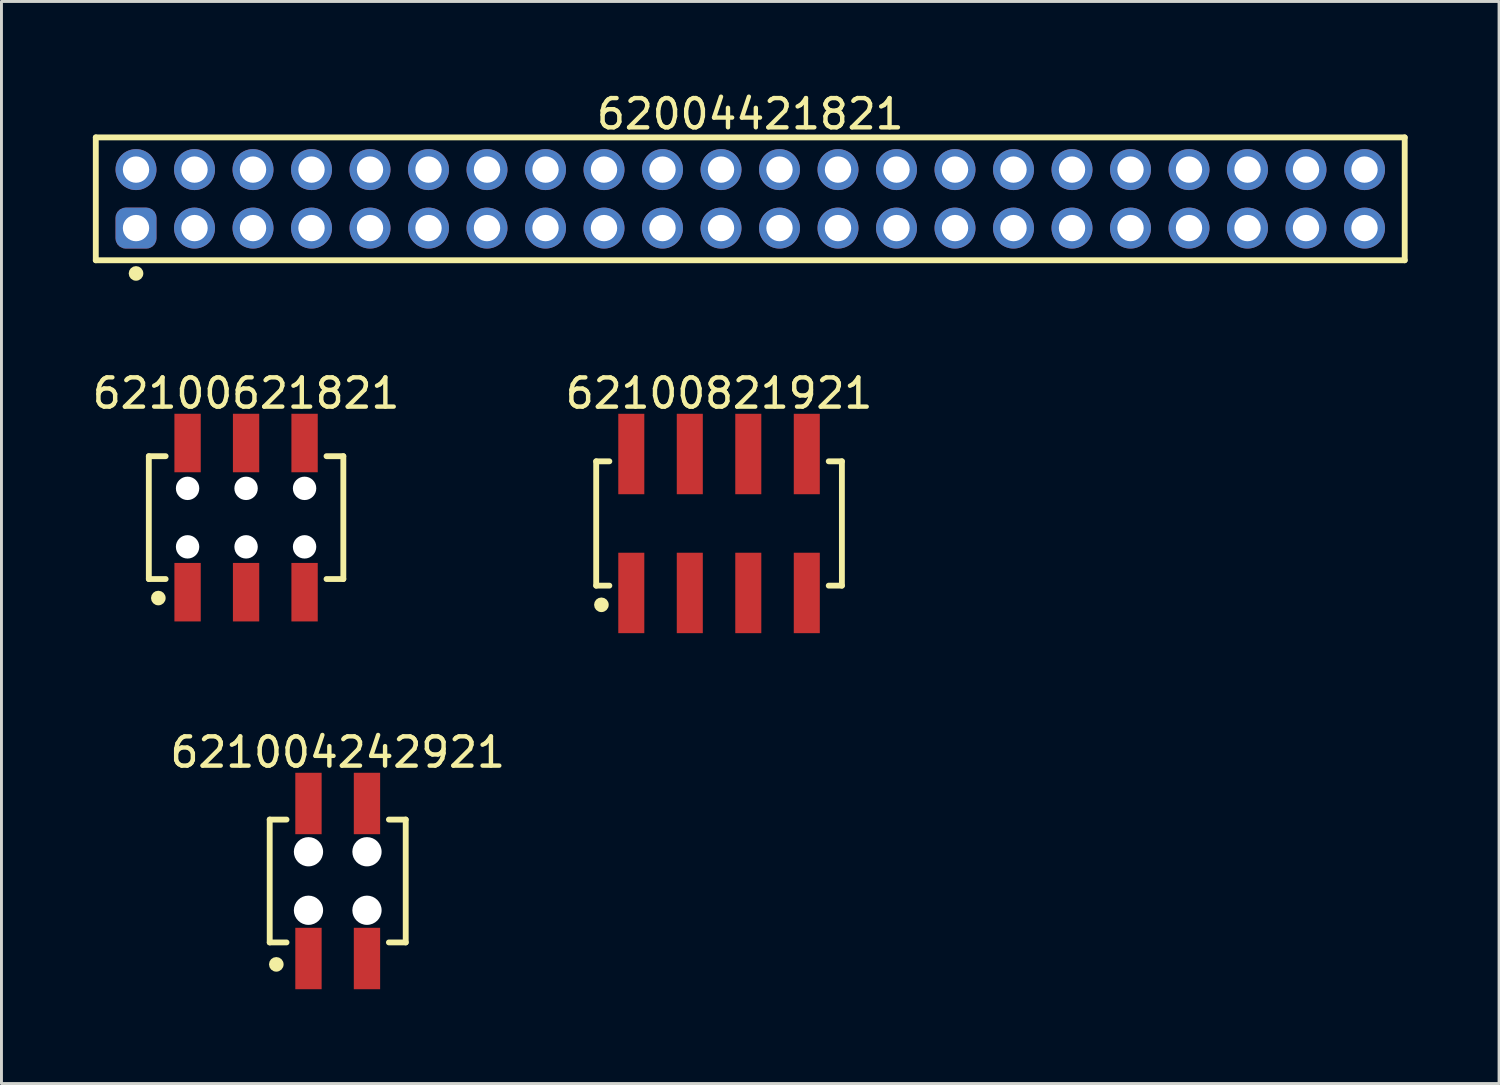
<source format=kicad_pcb>
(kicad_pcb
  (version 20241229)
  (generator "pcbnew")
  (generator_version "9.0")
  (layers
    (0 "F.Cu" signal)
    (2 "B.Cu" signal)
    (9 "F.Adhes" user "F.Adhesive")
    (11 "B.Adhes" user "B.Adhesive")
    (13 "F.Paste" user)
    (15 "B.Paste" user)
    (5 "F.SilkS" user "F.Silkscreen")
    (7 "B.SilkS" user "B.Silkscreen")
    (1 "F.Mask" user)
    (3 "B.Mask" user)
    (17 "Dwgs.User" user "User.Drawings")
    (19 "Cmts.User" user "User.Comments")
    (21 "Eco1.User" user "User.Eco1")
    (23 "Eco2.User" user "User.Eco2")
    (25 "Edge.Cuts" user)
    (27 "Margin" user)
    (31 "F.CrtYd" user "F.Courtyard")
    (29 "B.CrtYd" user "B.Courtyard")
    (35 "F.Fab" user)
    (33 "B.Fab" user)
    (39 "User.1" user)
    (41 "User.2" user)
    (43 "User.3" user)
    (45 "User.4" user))
  (footprint "62100621821"
    (layer "F.Cu")
    (at 5.363 14.646)
    (property "Reference" "62100621821" (at 0 -4.25 0) (layer "F.SilkS") (effects (font (size 1 1) (thickness 0.15))))
    (fp_line (start -3.325 -2.1) (end -2.75 -2.1) (stroke (width 0.2) (type solid)) (layer "F.SilkS"))
    (fp_line (start -3.325 2.1) (end -3.325 -2.1) (stroke (width 0.2) (type solid)) (layer "F.SilkS"))
    (fp_line (start -3.325 2.1) (end -2.75 2.1) (stroke (width 0.2) (type solid)) (layer "F.SilkS"))
    (fp_line (start 2.75 -2.1) (end 3.325 -2.1) (stroke (width 0.2) (type solid)) (layer "F.SilkS"))
    (fp_line (start 2.75 2.1) (end 3.325 2.1) (stroke (width 0.2) (type solid)) (layer "F.SilkS"))
    (fp_line (start 3.325 2.1) (end 3.325 -2.1) (stroke (width 0.2) (type solid)) (layer "F.SilkS"))
    (fp_circle (center -3 2.75) (end -3 2.625) (stroke (width 0.25) (type solid)) (fill no) (layer "F.SilkS"))
    (fp_line (start -3.525 -3.75) (end 3.525 -3.75) (stroke (width 0.05) (type solid)) (layer "Eco2.User"))
    (fp_line (start -3.525 3.75) (end -3.525 -3.75) (stroke (width 0.05) (type solid)) (layer "Eco2.User"))
    (fp_line (start -3.525 3.75) (end 3.525 3.75) (stroke (width 0.05) (type solid)) (layer "Eco2.User"))
    (fp_line (start -3.15 -2) (end 3.15 -2) (stroke (width 0.1) (type solid)) (layer "Eco2.User"))
    (fp_line (start -3.15 2) (end -3.15 -2) (stroke (width 0.1) (type solid)) (layer "Eco2.User"))
    (fp_line (start -3.15 2) (end 3.15 2) (stroke (width 0.1) (type solid)) (layer "Eco2.User"))
    (fp_line (start -2.25 -3) (end -1.75 -3) (stroke (width 0.1) (type solid)) (layer "Eco2.User"))
    (fp_line (start -2.25 -2) (end -2.25 -3) (stroke (width 0.1) (type solid)) (layer "Eco2.User"))
    (fp_line (start -2.25 3) (end -2.25 2) (stroke (width 0.1) (type solid)) (layer "Eco2.User"))
    (fp_line (start -2.25 3) (end -1.75 3) (stroke (width 0.1) (type solid)) (layer "Eco2.User"))
    (fp_line (start -1.75 -2) (end -1.75 -3) (stroke (width 0.1) (type solid)) (layer "Eco2.User"))
    (fp_line (start -1.75 3) (end -1.75 2) (stroke (width 0.1) (type solid)) (layer "Eco2.User"))
    (fp_line (start -0.5 0) (end 0.5 0) (stroke (width 0.05) (type solid)) (layer "Eco2.User"))
    (fp_line (start -0.25 -3) (end 0.25 -3) (stroke (width 0.1) (type solid)) (layer "Eco2.User"))
    (fp_line (start -0.25 -2) (end -0.25 -3) (stroke (width 0.1) (type solid)) (layer "Eco2.User"))
    (fp_line (start -0.25 3) (end -0.25 2) (stroke (width 0.1) (type solid)) (layer "Eco2.User"))
    (fp_line (start -0.25 3) (end 0.25 3) (stroke (width 0.1) (type solid)) (layer "Eco2.User"))
    (fp_line (start 0 0.5) (end 0 -0.5) (stroke (width 0.05) (type solid)) (layer "Eco2.User"))
    (fp_line (start 0.25 -2) (end 0.25 -3) (stroke (width 0.1) (type solid)) (layer "Eco2.User"))
    (fp_line (start 0.25 3) (end 0.25 2) (stroke (width 0.1) (type solid)) (layer "Eco2.User"))
    (fp_line (start 1.75 -3) (end 2.25 -3) (stroke (width 0.1) (type solid)) (layer "Eco2.User"))
    (fp_line (start 1.75 -2) (end 1.75 -3) (stroke (width 0.1) (type solid)) (layer "Eco2.User"))
    (fp_line (start 1.75 3) (end 1.75 2) (stroke (width 0.1) (type solid)) (layer "Eco2.User"))
    (fp_line (start 1.75 3) (end 2.25 3) (stroke (width 0.1) (type solid)) (layer "Eco2.User"))
    (fp_line (start 2.25 -2) (end 2.25 -3) (stroke (width 0.1) (type solid)) (layer "Eco2.User"))
    (fp_line (start 2.25 3) (end 2.25 2) (stroke (width 0.1) (type solid)) (layer "Eco2.User"))
    (fp_line (start 3.15 2) (end 3.15 -2) (stroke (width 0.1) (type solid)) (layer "Eco2.User"))
    (fp_line (start 3.525 3.75) (end 3.525 -3.75) (stroke (width 0.05) (type solid)) (layer "Eco2.User"))
    (fp_text user "${REFERENCE}" (at 0.1 -0.131 0) (unlocked yes) (layer "User.3") (effects (font (size 1 1) (thickness 0.1))))
    (pad "" np_thru_hole circle (at -2 -1) (size 0.8 0.8) (drill 0.8) (layers "*.Cu" "*.Mask"))
    (pad "" np_thru_hole circle (at -2 1) (size 0.8 0.8) (drill 0.8) (layers "*.Cu" "*.Mask"))
    (pad "" np_thru_hole circle (at 0 -1) (size 0.8 0.8) (drill 0.8) (layers "*.Cu" "*.Mask"))
    (pad "" np_thru_hole circle (at 0 1) (size 0.8 0.8) (drill 0.8) (layers "*.Cu" "*.Mask"))
    (pad "" np_thru_hole circle (at 2 -1) (size 0.8 0.8) (drill 0.8) (layers "*.Cu" "*.Mask"))
    (pad "" np_thru_hole circle (at 2 1) (size 0.8 0.8) (drill 0.8) (layers "*.Cu" "*.Mask"))
    (pad "1" smd rect (at -2 2.55) (size 0.9 2) (layers "F.Cu" "F.Mask" "F.Paste"))
    (pad "2" smd rect (at -2 -2.55) (size 0.9 2) (layers "F.Cu" "F.Mask" "F.Paste"))
    (pad "3" smd rect (at 0 2.55) (size 0.9 2) (layers "F.Cu" "F.Mask" "F.Paste"))
    (pad "4" smd rect (at 0 -2.55) (size 0.9 2) (layers "F.Cu" "F.Mask" "F.Paste"))
    (pad "5" smd rect (at 2 2.55) (size 0.9 2) (layers "F.Cu" "F.Mask" "F.Paste"))
    (pad "6" smd rect (at 2 -2.55) (size 0.9 2) (layers "F.Cu" "F.Mask" "F.Paste")))
  (footprint "62100821921"
    (layer "F.Cu")
    (at 21.533 14.847)
    (property "Reference" "62100821921" (at 0 -4.45 0) (layer "F.SilkS") (effects (font (size 1 1) (thickness 0.15))))
    (fp_line (start -4.2 -2.125) (end -3.75 -2.125) (stroke (width 0.2) (type solid)) (layer "F.SilkS"))
    (fp_line (start -4.2 2.125) (end -4.2 -2.125) (stroke (width 0.2) (type solid)) (layer "F.SilkS"))
    (fp_line (start -4.2 2.125) (end -3.75 2.125) (stroke (width 0.2) (type solid)) (layer "F.SilkS"))
    (fp_line (start 3.75 -2.125) (end 4.2 -2.125) (stroke (width 0.2) (type solid)) (layer "F.SilkS"))
    (fp_line (start 3.75 2.125) (end 4.2 2.125) (stroke (width 0.2) (type solid)) (layer "F.SilkS"))
    (fp_line (start 4.2 2.125) (end 4.2 -2.125) (stroke (width 0.2) (type solid)) (layer "F.SilkS"))
    (fp_circle (center -4.022 2.78) (end -4.022 2.655) (stroke (width 0.25) (type solid)) (fill no) (layer "F.SilkS"))
    (fp_line (start -4.4 -3.95) (end 4.4 -3.95) (stroke (width 0.05) (type solid)) (layer "Eco2.User"))
    (fp_line (start -4.4 3.95) (end -4.4 -3.95) (stroke (width 0.05) (type solid)) (layer "Eco2.User"))
    (fp_line (start -4.4 3.95) (end 4.4 3.95) (stroke (width 0.05) (type solid)) (layer "Eco2.User"))
    (fp_line (start -4 -2) (end 4 -2) (stroke (width 0.1) (type solid)) (layer "Eco2.User"))
    (fp_line (start -4 2) (end -4 -2) (stroke (width 0.1) (type solid)) (layer "Eco2.User"))
    (fp_line (start -4 2) (end 4 2) (stroke (width 0.1) (type solid)) (layer "Eco2.User"))
    (fp_line (start -3.25 -3.1) (end -2.75 -3.1) (stroke (width 0.1) (type solid)) (layer "Eco2.User"))
    (fp_line (start -3.25 -2) (end -3.25 -3.1) (stroke (width 0.1) (type solid)) (layer "Eco2.User"))
    (fp_line (start -3.25 3.1) (end -3.25 2) (stroke (width 0.1) (type solid)) (layer "Eco2.User"))
    (fp_line (start -3.25 3.1) (end -2.75 3.1) (stroke (width 0.1) (type solid)) (layer "Eco2.User"))
    (fp_line (start -2.75 -2) (end -2.75 -3.1) (stroke (width 0.1) (type solid)) (layer "Eco2.User"))
    (fp_line (start -2.75 3.1) (end -2.75 2) (stroke (width 0.1) (type solid)) (layer "Eco2.User"))
    (fp_line (start -1.25 -3.1) (end -0.75 -3.1) (stroke (width 0.1) (type solid)) (layer "Eco2.User"))
    (fp_line (start -1.25 -2) (end -1.25 -3.1) (stroke (width 0.1) (type solid)) (layer "Eco2.User"))
    (fp_line (start -1.25 3.1) (end -1.25 2) (stroke (width 0.1) (type solid)) (layer "Eco2.User"))
    (fp_line (start -1.25 3.1) (end -0.75 3.1) (stroke (width 0.1) (type solid)) (layer "Eco2.User"))
    (fp_line (start -0.75 -2) (end -0.75 -3.1) (stroke (width 0.1) (type solid)) (layer "Eco2.User"))
    (fp_line (start -0.75 3.1) (end -0.75 2) (stroke (width 0.1) (type solid)) (layer "Eco2.User"))
    (fp_line (start -0.5 0) (end 0.5 0) (stroke (width 0.05) (type solid)) (layer "Eco2.User"))
    (fp_line (start 0 0.5) (end 0 -0.5) (stroke (width 0.05) (type solid)) (layer "Eco2.User"))
    (fp_line (start 0.75 -3.1) (end 1.25 -3.1) (stroke (width 0.1) (type solid)) (layer "Eco2.User"))
    (fp_line (start 0.75 -2) (end 0.75 -3.1) (stroke (width 0.1) (type solid)) (layer "Eco2.User"))
    (fp_line (start 0.75 3.1) (end 0.75 2) (stroke (width 0.1) (type solid)) (layer "Eco2.User"))
    (fp_line (start 0.75 3.1) (end 1.25 3.1) (stroke (width 0.1) (type solid)) (layer "Eco2.User"))
    (fp_line (start 1.25 -2) (end 1.25 -3.1) (stroke (width 0.1) (type solid)) (layer "Eco2.User"))
    (fp_line (start 1.25 3.1) (end 1.25 2) (stroke (width 0.1) (type solid)) (layer "Eco2.User"))
    (fp_line (start 2.75 -3.1) (end 3.25 -3.1) (stroke (width 0.1) (type solid)) (layer "Eco2.User"))
    (fp_line (start 2.75 -2) (end 2.75 -3.1) (stroke (width 0.1) (type solid)) (layer "Eco2.User"))
    (fp_line (start 2.75 3.1) (end 2.75 2) (stroke (width 0.1) (type solid)) (layer "Eco2.User"))
    (fp_line (start 2.75 3.1) (end 3.25 3.1) (stroke (width 0.1) (type solid)) (layer "Eco2.User"))
    (fp_line (start 3.25 -2) (end 3.25 -3.1) (stroke (width 0.1) (type solid)) (layer "Eco2.User"))
    (fp_line (start 3.25 3.1) (end 3.25 2) (stroke (width 0.1) (type solid)) (layer "Eco2.User"))
    (fp_line (start 4 2) (end 4 -2) (stroke (width 0.1) (type solid)) (layer "Eco2.User"))
    (fp_line (start 4.4 3.95) (end 4.4 -3.95) (stroke (width 0.05) (type solid)) (layer "Eco2.User"))
    (fp_text user "${REFERENCE}" (at 0.15 -0.197 0) (unlocked yes) (layer "User.3") (effects (font (size 1.5 1.5) (thickness 0.15))))
    (pad "1" smd rect (at -3 2.375) (size 0.89 2.75) (layers "F.Cu" "F.Mask" "F.Paste"))
    (pad "2" smd rect (at -3 -2.375) (size 0.89 2.75) (layers "F.Cu" "F.Mask" "F.Paste"))
    (pad "3" smd rect (at -1 2.375) (size 0.89 2.75) (layers "F.Cu" "F.Mask" "F.Paste"))
    (pad "4" smd rect (at -1 -2.375) (size 0.89 2.75) (layers "F.Cu" "F.Mask" "F.Paste"))
    (pad "5" smd rect (at 1 2.375) (size 0.89 2.75) (layers "F.Cu" "F.Mask" "F.Paste"))
    (pad "6" smd rect (at 1 -2.375) (size 0.89 2.75) (layers "F.Cu" "F.Mask" "F.Paste"))
    (pad "7" smd rect (at 3 2.375) (size 0.89 2.75) (layers "F.Cu" "F.Mask" "F.Paste"))
    (pad "8" smd rect (at 3 -2.375) (size 0.89 2.75) (layers "F.Cu" "F.Mask" "F.Paste")))
  (footprint "62004421821"
    (layer "F.Cu")
    (at 22.6 3.748)
    (property "Reference" "62004421821" (at -0.000005 -2.9 0) (layer "F.SilkS") (effects (font (size 1 1) (thickness 0.15))))
    (fp_line (start -22.375 -2.1) (end 22.375 -2.1) (stroke (width 0.2) (type solid)) (layer "F.SilkS"))
    (fp_line (start -22.375 2.1) (end -22.375 -2.1) (stroke (width 0.2) (type solid)) (layer "F.SilkS"))
    (fp_line (start -22.375 2.1) (end 22.375 2.1) (stroke (width 0.2) (type solid)) (layer "F.SilkS"))
    (fp_line (start 22.375 2.1) (end 22.375 -2.1) (stroke (width 0.2) (type solid)) (layer "F.SilkS"))
    (fp_circle (center -21 2.55) (end -21 2.425) (stroke (width 0.25) (type solid)) (fill no) (layer "F.SilkS"))
    (fp_line (start -22.575 -2.3) (end 22.575 -2.3) (stroke (width 0.05) (type solid)) (layer "Eco2.User"))
    (fp_line (start -22.575 2.3) (end -22.575 -2.3) (stroke (width 0.05) (type solid)) (layer "Eco2.User"))
    (fp_line (start -22.575 2.3) (end 22.575 2.3) (stroke (width 0.05) (type solid)) (layer "Eco2.User"))
    (fp_line (start -22.2 -2) (end 22.2 -2) (stroke (width 0.1) (type solid)) (layer "Eco2.User"))
    (fp_line (start -22.2 2) (end -22.2 -2) (stroke (width 0.1) (type solid)) (layer "Eco2.User"))
    (fp_line (start -22.2 2) (end 22.2 2) (stroke (width 0.1) (type solid)) (layer "Eco2.User"))
    (fp_line (start -0.5 0) (end 0.5 0) (stroke (width 0.05) (type solid)) (layer "Eco2.User"))
    (fp_line (start 0 0.5) (end 0 -0.5) (stroke (width 0.05) (type solid)) (layer "Eco2.User"))
    (fp_line (start 22.2 2) (end 22.2 -2) (stroke (width 0.1) (type solid)) (layer "Eco2.User"))
    (fp_line (start 22.575 2.3) (end 22.575 -2.3) (stroke (width 0.05) (type solid)) (layer "Eco2.User"))
    (fp_text user "${REFERENCE}" (at 0.1 -0.131 0) (unlocked yes) (layer "User.3") (effects (font (size 1 1) (thickness 0.1))))
    (pad "1" thru_hole roundrect (at -21 1) (size 1.4 1.4) (drill 0.9) (layers "*.Cu" "*.Mask") (roundrect_rratio 0.25))
    (pad "2" thru_hole circle (at -21 -1) (size 1.4 1.4) (drill 0.9) (layers "*.Cu" "*.Mask"))
    (pad "3" thru_hole circle (at -19 1) (size 1.4 1.4) (drill 0.9) (layers "*.Cu" "*.Mask"))
    (pad "4" thru_hole circle (at -19 -1) (size 1.4 1.4) (drill 0.9) (layers "*.Cu" "*.Mask"))
    (pad "5" thru_hole circle (at -17 1) (size 1.4 1.4) (drill 0.9) (layers "*.Cu" "*.Mask"))
    (pad "6" thru_hole circle (at -17 -1) (size 1.4 1.4) (drill 0.9) (layers "*.Cu" "*.Mask"))
    (pad "7" thru_hole circle (at -15 1) (size 1.4 1.4) (drill 0.9) (layers "*.Cu" "*.Mask"))
    (pad "8" thru_hole circle (at -15 -1) (size 1.4 1.4) (drill 0.9) (layers "*.Cu" "*.Mask"))
    (pad "9" thru_hole circle (at -13 1) (size 1.4 1.4) (drill 0.9) (layers "*.Cu" "*.Mask"))
    (pad "10" thru_hole circle (at -13 -1) (size 1.4 1.4) (drill 0.9) (layers "*.Cu" "*.Mask"))
    (pad "11" thru_hole circle (at -11 1) (size 1.4 1.4) (drill 0.9) (layers "*.Cu" "*.Mask"))
    (pad "12" thru_hole circle (at -11 -1) (size 1.4 1.4) (drill 0.9) (layers "*.Cu" "*.Mask"))
    (pad "13" thru_hole circle (at -9 1) (size 1.4 1.4) (drill 0.9) (layers "*.Cu" "*.Mask"))
    (pad "14" thru_hole circle (at -9 -1) (size 1.4 1.4) (drill 0.9) (layers "*.Cu" "*.Mask"))
    (pad "15" thru_hole circle (at -7 1) (size 1.4 1.4) (drill 0.9) (layers "*.Cu" "*.Mask"))
    (pad "16" thru_hole circle (at -7 -1) (size 1.4 1.4) (drill 0.9) (layers "*.Cu" "*.Mask"))
    (pad "17" thru_hole circle (at -5 1) (size 1.4 1.4) (drill 0.9) (layers "*.Cu" "*.Mask"))
    (pad "18" thru_hole circle (at -5 -1) (size 1.4 1.4) (drill 0.9) (layers "*.Cu" "*.Mask"))
    (pad "19" thru_hole circle (at -3 1) (size 1.4 1.4) (drill 0.9) (layers "*.Cu" "*.Mask"))
    (pad "20" thru_hole circle (at -3 -1) (size 1.4 1.4) (drill 0.9) (layers "*.Cu" "*.Mask"))
    (pad "21" thru_hole circle (at -1 1) (size 1.4 1.4) (drill 0.9) (layers "*.Cu" "*.Mask"))
    (pad "22" thru_hole circle (at -1 -1) (size 1.4 1.4) (drill 0.9) (layers "*.Cu" "*.Mask"))
    (pad "23" thru_hole circle (at 1 1) (size 1.4 1.4) (drill 0.9) (layers "*.Cu" "*.Mask"))
    (pad "24" thru_hole circle (at 1 -1) (size 1.4 1.4) (drill 0.9) (layers "*.Cu" "*.Mask"))
    (pad "25" thru_hole circle (at 3 1) (size 1.4 1.4) (drill 0.9) (layers "*.Cu" "*.Mask"))
    (pad "26" thru_hole circle (at 3 -1) (size 1.4 1.4) (drill 0.9) (layers "*.Cu" "*.Mask"))
    (pad "27" thru_hole circle (at 5 1) (size 1.4 1.4) (drill 0.9) (layers "*.Cu" "*.Mask"))
    (pad "28" thru_hole circle (at 5 -1) (size 1.4 1.4) (drill 0.9) (layers "*.Cu" "*.Mask"))
    (pad "29" thru_hole circle (at 7 1) (size 1.4 1.4) (drill 0.9) (layers "*.Cu" "*.Mask"))
    (pad "30" thru_hole circle (at 7 -1) (size 1.4 1.4) (drill 0.9) (layers "*.Cu" "*.Mask"))
    (pad "31" thru_hole circle (at 9 1) (size 1.4 1.4) (drill 0.9) (layers "*.Cu" "*.Mask"))
    (pad "32" thru_hole circle (at 9 -1) (size 1.4 1.4) (drill 0.9) (layers "*.Cu" "*.Mask"))
    (pad "33" thru_hole circle (at 11 1) (size 1.4 1.4) (drill 0.9) (layers "*.Cu" "*.Mask"))
    (pad "34" thru_hole circle (at 11 -1) (size 1.4 1.4) (drill 0.9) (layers "*.Cu" "*.Mask"))
    (pad "35" thru_hole circle (at 13 1) (size 1.4 1.4) (drill 0.9) (layers "*.Cu" "*.Mask"))
    (pad "36" thru_hole circle (at 13 -1) (size 1.4 1.4) (drill 0.9) (layers "*.Cu" "*.Mask"))
    (pad "37" thru_hole circle (at 15 1) (size 1.4 1.4) (drill 0.9) (layers "*.Cu" "*.Mask"))
    (pad "38" thru_hole circle (at 15 -1) (size 1.4 1.4) (drill 0.9) (layers "*.Cu" "*.Mask"))
    (pad "39" thru_hole circle (at 17 1) (size 1.4 1.4) (drill 0.9) (layers "*.Cu" "*.Mask"))
    (pad "40" thru_hole circle (at 17 -1) (size 1.4 1.4) (drill 0.9) (layers "*.Cu" "*.Mask"))
    (pad "41" thru_hole circle (at 19 1) (size 1.4 1.4) (drill 0.9) (layers "*.Cu" "*.Mask"))
    (pad "42" thru_hole circle (at 19 -1) (size 1.4 1.4) (drill 0.9) (layers "*.Cu" "*.Mask"))
    (pad "43" thru_hole circle (at 21 1) (size 1.4 1.4) (drill 0.9) (layers "*.Cu" "*.Mask"))
    (pad "44" thru_hole circle (at 21 -1) (size 1.4 1.4) (drill 0.9) (layers "*.Cu" "*.Mask")))
  (footprint "621004242921"
    (layer "F.Cu")
    (at 8.496 27.07)
    (property "Reference" "621004242921" (at 0 -4.4 0) (layer "F.SilkS") (effects (font (size 1 1) (thickness 0.15))))
    (fp_line (start -2.325 -2.1) (end -1.75 -2.1) (stroke (width 0.2) (type solid)) (layer "F.SilkS"))
    (fp_line (start -2.325 2.1) (end -2.325 -2.1) (stroke (width 0.2) (type solid)) (layer "F.SilkS"))
    (fp_line (start -2.325 2.1) (end -1.75 2.1) (stroke (width 0.2) (type solid)) (layer "F.SilkS"))
    (fp_line (start 1.75 -2.1) (end 2.325 -2.1) (stroke (width 0.2) (type solid)) (layer "F.SilkS"))
    (fp_line (start 1.75 2.1) (end 2.325 2.1) (stroke (width 0.2) (type solid)) (layer "F.SilkS"))
    (fp_line (start 2.325 2.1) (end 2.325 -2.1) (stroke (width 0.2) (type solid)) (layer "F.SilkS"))
    (fp_circle (center -2.1 2.85) (end -2.1 2.725) (stroke (width 0.25) (type solid)) (fill no) (layer "F.SilkS"))
    (fp_line (start -2.525 -3.9) (end 2.525 -3.9) (stroke (width 0.05) (type solid)) (layer "Eco2.User"))
    (fp_line (start -2.525 3.9) (end -2.525 -3.9) (stroke (width 0.05) (type solid)) (layer "Eco2.User"))
    (fp_line (start -2.525 3.9) (end 2.525 3.9) (stroke (width 0.05) (type solid)) (layer "Eco2.User"))
    (fp_line (start -2.2 -2) (end 2.2 -2) (stroke (width 0.1) (type solid)) (layer "Eco2.User"))
    (fp_line (start -2.2 2) (end -2.2 -2) (stroke (width 0.1) (type solid)) (layer "Eco2.User"))
    (fp_line (start -2.2 2) (end 2.2 2) (stroke (width 0.1) (type solid)) (layer "Eco2.User"))
    (fp_line (start -1.25 -3.1) (end -0.75 -3.1) (stroke (width 0.1) (type solid)) (layer "Eco2.User"))
    (fp_line (start -1.25 -2) (end -1.25 -3.1) (stroke (width 0.1) (type solid)) (layer "Eco2.User"))
    (fp_line (start -1.25 3.1) (end -1.25 2) (stroke (width 0.1) (type solid)) (layer "Eco2.User"))
    (fp_line (start -1.25 3.1) (end -0.75 3.1) (stroke (width 0.1) (type solid)) (layer "Eco2.User"))
    (fp_line (start -0.75 -2) (end -0.75 -3.1) (stroke (width 0.1) (type solid)) (layer "Eco2.User"))
    (fp_line (start -0.75 3.1) (end -0.75 2) (stroke (width 0.1) (type solid)) (layer "Eco2.User"))
    (fp_line (start -0.5 0) (end 0.5 0) (stroke (width 0.05) (type solid)) (layer "Eco2.User"))
    (fp_line (start 0 0.5) (end 0 -0.5) (stroke (width 0.05) (type solid)) (layer "Eco2.User"))
    (fp_line (start 0.75 -3.1) (end 1.25 -3.1) (stroke (width 0.1) (type solid)) (layer "Eco2.User"))
    (fp_line (start 0.75 -2) (end 0.75 -3.1) (stroke (width 0.1) (type solid)) (layer "Eco2.User"))
    (fp_line (start 0.75 3.1) (end 0.75 2) (stroke (width 0.1) (type solid)) (layer "Eco2.User"))
    (fp_line (start 0.75 3.1) (end 1.25 3.1) (stroke (width 0.1) (type solid)) (layer "Eco2.User"))
    (fp_line (start 1.25 -2) (end 1.25 -3.1) (stroke (width 0.1) (type solid)) (layer "Eco2.User"))
    (fp_line (start 1.25 3.1) (end 1.25 2) (stroke (width 0.1) (type solid)) (layer "Eco2.User"))
    (fp_line (start 2.2 2) (end 2.2 -2) (stroke (width 0.1) (type solid)) (layer "Eco2.User"))
    (fp_line (start 2.525 3.9) (end 2.525 -3.9) (stroke (width 0.05) (type solid)) (layer "Eco2.User"))
    (fp_text user "${REFERENCE}" (at 0.15 -0.197 0) (unlocked yes) (layer "User.3") (effects (font (size 1.5 1.5) (thickness 0.15))))
    (pad "" np_thru_hole circle (at -1 -1) (size 1 1) (drill 1) (layers "*.Cu" "*.Mask"))
    (pad "" np_thru_hole circle (at -1 1) (size 1 1) (drill 1) (layers "*.Cu" "*.Mask"))
    (pad "" np_thru_hole circle (at 1 -1) (size 1 1) (drill 1) (layers "*.Cu" "*.Mask"))
    (pad "" np_thru_hole circle (at 1 1) (size 1 1) (drill 1) (layers "*.Cu" "*.Mask"))
    (pad "1" smd rect (at -1 2.65) (size 0.9 2.1) (layers "F.Cu" "F.Mask" "F.Paste"))
    (pad "2" smd rect (at -1 -2.65) (size 0.9 2.1) (layers "F.Cu" "F.Mask" "F.Paste"))
    (pad "3" smd rect (at 1 2.65) (size 0.9 2.1) (layers "F.Cu" "F.Mask" "F.Paste"))
    (pad "4" smd rect (at 1 -2.65) (size 0.9 2.1) (layers "F.Cu" "F.Mask" "F.Paste")))
  (gr_rect
    (start -3 -3)
    (end 48.2 33.995)
    (stroke (width 0.1) (type default))
    (fill no)
    (layer "Edge.Cuts")))
</source>
